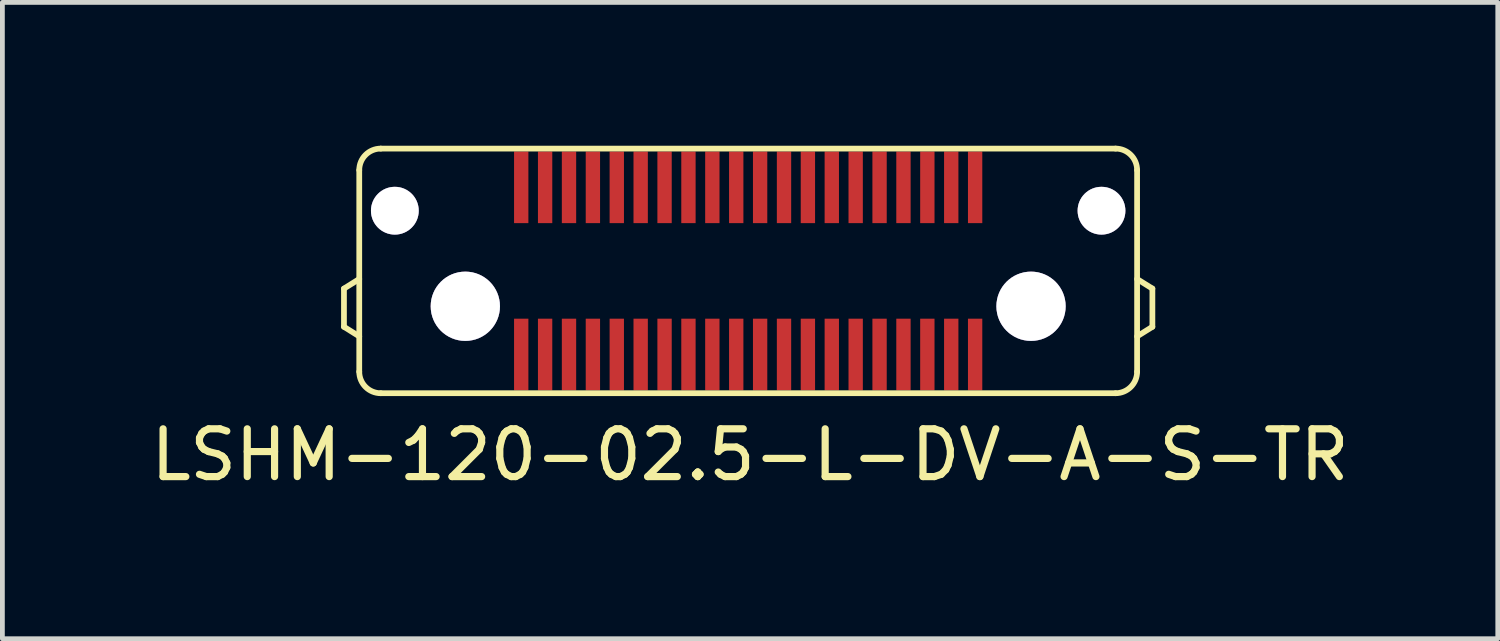
<source format=kicad_pcb>
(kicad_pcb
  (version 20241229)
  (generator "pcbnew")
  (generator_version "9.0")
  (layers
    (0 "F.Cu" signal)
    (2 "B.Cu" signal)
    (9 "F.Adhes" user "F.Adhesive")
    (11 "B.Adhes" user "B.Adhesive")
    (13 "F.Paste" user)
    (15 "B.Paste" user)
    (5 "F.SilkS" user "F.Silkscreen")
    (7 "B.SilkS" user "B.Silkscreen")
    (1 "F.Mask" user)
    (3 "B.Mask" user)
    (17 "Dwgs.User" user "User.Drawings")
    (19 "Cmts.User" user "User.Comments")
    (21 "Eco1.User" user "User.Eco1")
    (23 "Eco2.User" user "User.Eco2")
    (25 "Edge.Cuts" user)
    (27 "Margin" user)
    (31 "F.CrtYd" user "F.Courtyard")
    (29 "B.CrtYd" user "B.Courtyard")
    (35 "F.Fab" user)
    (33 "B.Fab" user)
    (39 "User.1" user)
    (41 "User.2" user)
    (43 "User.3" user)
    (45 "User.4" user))
  (footprint "LSHM-120-02.5-L-DV-A-S-TR"
    (layer "F.Cu")
    (at 12.609 2.62)
    (property "Reference" "LSHM-120-02.5-L-DV-A-S-TR" (at 0.04 3.85 0) (layer "F.SilkS") (effects (font (size 1 1) (thickness 0.15))))
    (attr through_hole)
    (fp_line (start -8.46 0.37) (end -8.46 1.17) (stroke (width 0.12) (type solid)) (layer "F.SilkS"))
    (fp_line (start -8.46 0.37) (end -8.14 0.17) (stroke (width 0.12) (type solid)) (layer "F.SilkS"))
    (fp_line (start -8.46 1.17) (end -8.14 1.37) (stroke (width 0.12) (type solid)) (layer "F.SilkS"))
    (fp_line (start -8.14 -2.11) (end -8.14 2.11) (stroke (width 0.12) (type solid)) (layer "F.SilkS"))
    (fp_line (start -7.69 -2.56) (end 7.69 -2.56) (stroke (width 0.12) (type solid)) (layer "F.SilkS"))
    (fp_line (start -7.69 2.56) (end 7.69 2.56) (stroke (width 0.12) (type solid)) (layer "F.SilkS"))
    (fp_line (start 8.14 2.11) (end 8.14 -2.11) (stroke (width 0.12) (type solid)) (layer "F.SilkS"))
    (fp_line (start 8.46 0.37) (end 8.14 0.17) (stroke (width 0.12) (type solid)) (layer "F.SilkS"))
    (fp_line (start 8.46 0.37) (end 8.46 1.17) (stroke (width 0.12) (type solid)) (layer "F.SilkS"))
    (fp_line (start 8.46 1.17) (end 8.14 1.37) (stroke (width 0.12) (type solid)) (layer "F.SilkS"))
    (fp_arc (start -8.14 -2.11) (mid -8.008198 -2.428198) (end -7.69 -2.56) (stroke (width 0.12) (type solid)) (layer "F.SilkS"))
    (fp_arc (start -7.69 2.56) (mid -8.008198 2.428198) (end -8.14 2.11) (stroke (width 0.12) (type solid)) (layer "F.SilkS"))
    (fp_arc (start 7.69 -2.56) (mid 8.008198 -2.428198) (end 8.14 -2.11) (stroke (width 0.12) (type solid)) (layer "F.SilkS"))
    (fp_arc (start 8.14 2.11) (mid 8.008198 2.428198) (end 7.69 2.56) (stroke (width 0.12) (type solid)) (layer "F.SilkS"))
    (pad "0" thru_hole circle (at -7.395 -1.26) (size 1 1) (drill 1) (layers "*.Cu" "*.Mask"))
    (pad "0" thru_hole circle (at -5.92 0.74) (size 1.45 1.45) (drill 1.45) (layers "*.Cu" "*.Mask"))
    (pad "0" thru_hole circle (at 5.92 0.74) (size 1.45 1.45) (drill 1.45) (layers "*.Cu" "*.Mask"))
    (pad "0" thru_hole circle (at 7.395 -1.26) (size 1 1) (drill 1) (layers "*.Cu" "*.Mask"))
    (pad "1" smd rect (at 4.75 1.75) (size 0.3 1.5) (layers "F.Cu" "F.Mask" "F.Paste"))
    (pad "2" smd rect (at 4.75 -1.75) (size 0.3 1.5) (layers "F.Cu" "F.Mask" "F.Paste"))
    (pad "3" smd rect (at 4.25 1.75) (size 0.3 1.5) (layers "F.Cu" "F.Mask" "F.Paste"))
    (pad "4" smd rect (at 4.25 -1.75) (size 0.3 1.5) (layers "F.Cu" "F.Mask" "F.Paste"))
    (pad "5" smd rect (at 3.75 1.75) (size 0.3 1.5) (layers "F.Cu" "F.Mask" "F.Paste"))
    (pad "6" smd rect (at 3.75 -1.75) (size 0.3 1.5) (layers "F.Cu" "F.Mask" "F.Paste"))
    (pad "7" smd rect (at 3.25 1.75) (size 0.3 1.5) (layers "F.Cu" "F.Mask" "F.Paste"))
    (pad "8" smd rect (at 3.25 -1.75) (size 0.3 1.5) (layers "F.Cu" "F.Mask" "F.Paste"))
    (pad "9" smd rect (at 2.75 1.75) (size 0.3 1.5) (layers "F.Cu" "F.Mask" "F.Paste"))
    (pad "10" smd rect (at 2.75 -1.75) (size 0.3 1.5) (layers "F.Cu" "F.Mask" "F.Paste"))
    (pad "11" smd rect (at 2.25 1.75) (size 0.3 1.5) (layers "F.Cu" "F.Mask" "F.Paste"))
    (pad "12" smd rect (at 2.25 -1.75) (size 0.3 1.5) (layers "F.Cu" "F.Mask" "F.Paste"))
    (pad "13" smd rect (at 1.75 1.75) (size 0.3 1.5) (layers "F.Cu" "F.Mask" "F.Paste"))
    (pad "14" smd rect (at 1.75 -1.75) (size 0.3 1.5) (layers "F.Cu" "F.Mask" "F.Paste"))
    (pad "15" smd rect (at 1.25 1.75) (size 0.3 1.5) (layers "F.Cu" "F.Mask" "F.Paste"))
    (pad "16" smd rect (at 1.25 -1.75) (size 0.3 1.5) (layers "F.Cu" "F.Mask" "F.Paste"))
    (pad "17" smd rect (at 0.75 1.75) (size 0.3 1.5) (layers "F.Cu" "F.Mask" "F.Paste"))
    (pad "18" smd rect (at 0.75 -1.75) (size 0.3 1.5) (layers "F.Cu" "F.Mask" "F.Paste"))
    (pad "19" smd rect (at 0.25 1.75) (size 0.3 1.5) (layers "F.Cu" "F.Mask" "F.Paste"))
    (pad "20" smd rect (at 0.25 -1.75) (size 0.3 1.5) (layers "F.Cu" "F.Mask" "F.Paste"))
    (pad "21" smd rect (at -0.25 1.75) (size 0.3 1.5) (layers "F.Cu" "F.Mask" "F.Paste"))
    (pad "22" smd rect (at -0.25 -1.75) (size 0.3 1.5) (layers "F.Cu" "F.Mask" "F.Paste"))
    (pad "23" smd rect (at -0.75 1.75) (size 0.3 1.5) (layers "F.Cu" "F.Mask" "F.Paste"))
    (pad "24" smd rect (at -0.75 -1.75) (size 0.3 1.5) (layers "F.Cu" "F.Mask" "F.Paste"))
    (pad "25" smd rect (at -1.25 1.75) (size 0.3 1.5) (layers "F.Cu" "F.Mask" "F.Paste"))
    (pad "26" smd rect (at -1.25 -1.75) (size 0.3 1.5) (layers "F.Cu" "F.Mask" "F.Paste"))
    (pad "27" smd rect (at -1.75 1.75) (size 0.3 1.5) (layers "F.Cu" "F.Mask" "F.Paste"))
    (pad "28" smd rect (at -1.75 -1.75) (size 0.3 1.5) (layers "F.Cu" "F.Mask" "F.Paste"))
    (pad "29" smd rect (at -2.25 1.75) (size 0.3 1.5) (layers "F.Cu" "F.Mask" "F.Paste"))
    (pad "30" smd rect (at -2.25 -1.75) (size 0.3 1.5) (layers "F.Cu" "F.Mask" "F.Paste"))
    (pad "31" smd rect (at -2.75 1.75) (size 0.3 1.5) (layers "F.Cu" "F.Mask" "F.Paste"))
    (pad "32" smd rect (at -2.75 -1.75) (size 0.3 1.5) (layers "F.Cu" "F.Mask" "F.Paste"))
    (pad "33" smd rect (at -3.25 1.75) (size 0.3 1.5) (layers "F.Cu" "F.Mask" "F.Paste"))
    (pad "34" smd rect (at -3.25 -1.75) (size 0.3 1.5) (layers "F.Cu" "F.Mask" "F.Paste"))
    (pad "35" smd rect (at -3.75 1.75) (size 0.3 1.5) (layers "F.Cu" "F.Mask" "F.Paste"))
    (pad "36" smd rect (at -3.75 -1.75) (size 0.3 1.5) (layers "F.Cu" "F.Mask" "F.Paste"))
    (pad "37" smd rect (at -4.25 1.75) (size 0.3 1.5) (layers "F.Cu" "F.Mask" "F.Paste"))
    (pad "38" smd rect (at -4.25 -1.75) (size 0.3 1.5) (layers "F.Cu" "F.Mask" "F.Paste"))
    (pad "39" smd rect (at -4.75 1.75) (size 0.3 1.5) (layers "F.Cu" "F.Mask" "F.Paste"))
    (pad "40" smd rect (at -4.75 -1.75) (size 0.3 1.5) (layers "F.Cu" "F.Mask" "F.Paste")))
  (gr_rect
    (start -3 -3)
    (end 28.298 10.318)
    (stroke (width 0.1) (type default))
    (fill no)
    (layer "Edge.Cuts")))
</source>
